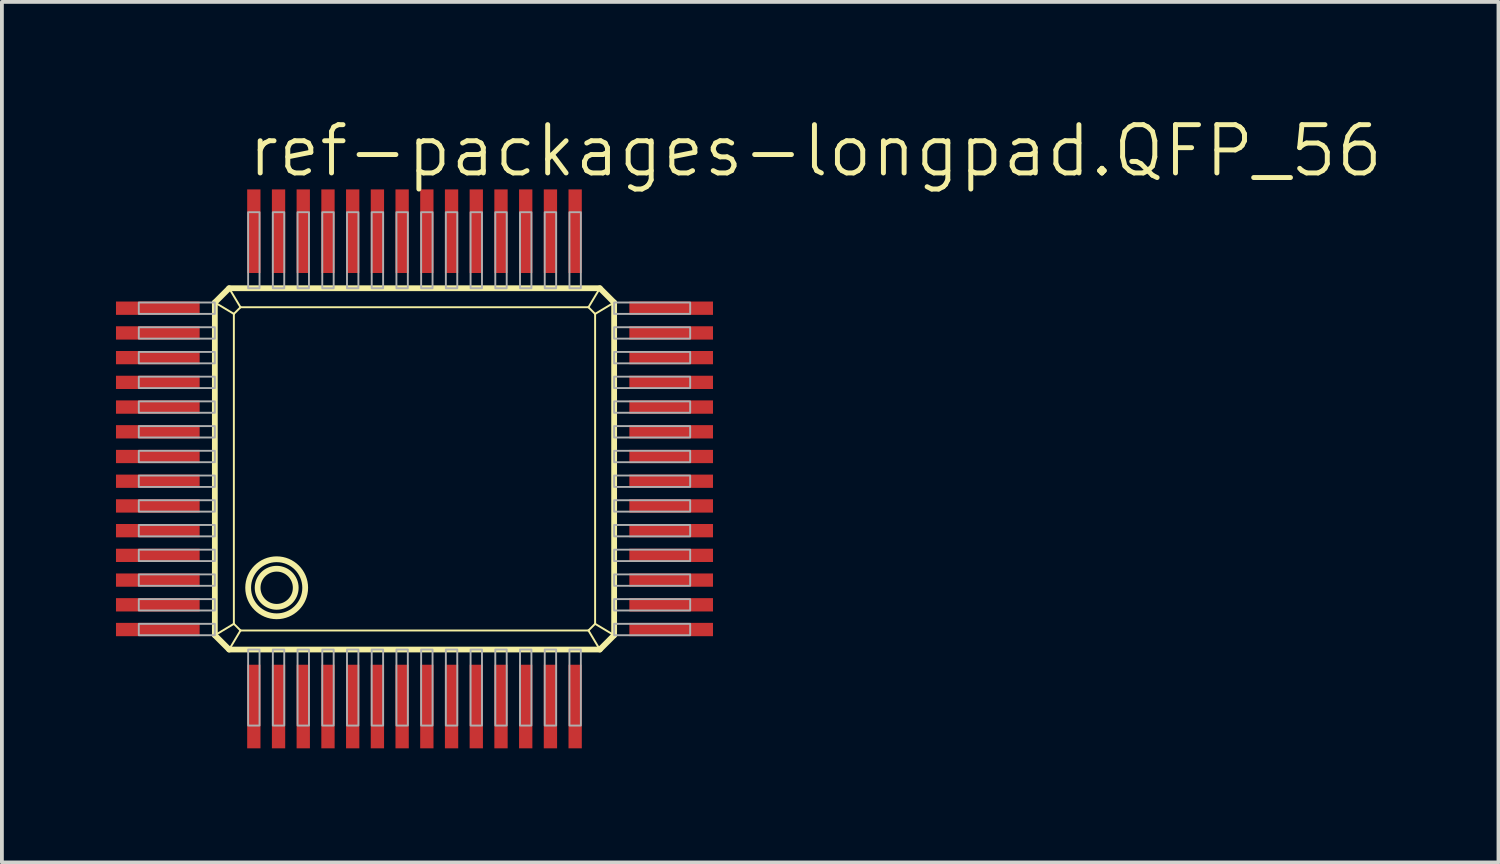
<source format=kicad_pcb>
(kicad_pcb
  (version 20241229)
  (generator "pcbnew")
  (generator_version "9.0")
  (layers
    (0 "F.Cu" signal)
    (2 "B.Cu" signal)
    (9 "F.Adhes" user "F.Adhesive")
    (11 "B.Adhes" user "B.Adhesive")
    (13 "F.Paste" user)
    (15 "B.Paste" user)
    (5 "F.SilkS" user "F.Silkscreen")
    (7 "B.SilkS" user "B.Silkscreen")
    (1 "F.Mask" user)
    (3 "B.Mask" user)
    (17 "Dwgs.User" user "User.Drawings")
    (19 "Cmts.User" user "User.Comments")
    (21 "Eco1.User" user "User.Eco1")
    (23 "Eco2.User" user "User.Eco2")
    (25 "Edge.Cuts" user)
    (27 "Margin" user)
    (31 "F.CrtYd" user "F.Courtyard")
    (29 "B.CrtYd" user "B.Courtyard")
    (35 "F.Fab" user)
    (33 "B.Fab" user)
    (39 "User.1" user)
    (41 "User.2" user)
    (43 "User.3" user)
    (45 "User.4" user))
  (footprint "ref-packages-longpad.QFP_56"
    (layer "F.Cu")
    (at 7.85 9.28)
    (property "Reference" "ref-packages-longpad.QFP_56" (at -4.445 -7.62 0) (layer "F.SilkS") (effects (font (size 1.27 1.27) (thickness 0.13)) (justify left bottom)))
    (attr smd)
    (fp_line (start -5.25 -4.375) (end -4.875 -4.75) (stroke (width 0.152) (type default)) (layer "F.SilkS"))
    (fp_line (start -5.25 -4.375) (end -4.75 -4.075) (stroke (width 0.051) (type default)) (layer "F.SilkS"))
    (fp_line (start -5.25 4.375) (end -5.25 -4.375) (stroke (width 0.152) (type default)) (layer "F.SilkS"))
    (fp_line (start -5.25 4.375) (end -4.75 4.075) (stroke (width 0.051) (type default)) (layer "F.SilkS"))
    (fp_line (start -4.875 -4.75) (end -4.575 -4.25) (stroke (width 0.051) (type default)) (layer "F.SilkS"))
    (fp_line (start -4.875 -4.75) (end 4.875 -4.75) (stroke (width 0.152) (type default)) (layer "F.SilkS"))
    (fp_line (start -4.874 4.751) (end -5.25 4.375) (stroke (width 0.152) (type default)) (layer "F.SilkS"))
    (fp_line (start -4.874 4.751) (end -4.575 4.25) (stroke (width 0.051) (type default)) (layer "F.SilkS"))
    (fp_line (start -4.75 -4.075) (end -4.575 -4.25) (stroke (width 0.051) (type default)) (layer "F.SilkS"))
    (fp_line (start -4.75 4.075) (end -4.75 -4.075) (stroke (width 0.051) (type default)) (layer "F.SilkS"))
    (fp_line (start -4.575 -4.25) (end 4.575 -4.25) (stroke (width 0.051) (type default)) (layer "F.SilkS"))
    (fp_line (start -4.575 4.25) (end -4.75 4.075) (stroke (width 0.051) (type default)) (layer "F.SilkS"))
    (fp_line (start 4.575 -4.25) (end 4.75 -4.075) (stroke (width 0.051) (type default)) (layer "F.SilkS"))
    (fp_line (start 4.575 4.25) (end -4.575 4.25) (stroke (width 0.051) (type default)) (layer "F.SilkS"))
    (fp_line (start 4.75 -4.075) (end 4.75 4.075) (stroke (width 0.051) (type default)) (layer "F.SilkS"))
    (fp_line (start 4.75 4.075) (end 4.575 4.25) (stroke (width 0.051) (type default)) (layer "F.SilkS"))
    (fp_line (start 4.874 4.751) (end -4.874 4.751) (stroke (width 0.152) (type default)) (layer "F.SilkS"))
    (fp_line (start 4.874 4.751) (end 4.575 4.25) (stroke (width 0.051) (type default)) (layer "F.SilkS"))
    (fp_line (start 4.875 -4.75) (end 4.575 -4.25) (stroke (width 0.051) (type default)) (layer "F.SilkS"))
    (fp_line (start 4.875 -4.75) (end 5.25 -4.375) (stroke (width 0.152) (type default)) (layer "F.SilkS"))
    (fp_line (start 5.25 -4.375) (end 4.75 -4.075) (stroke (width 0.051) (type default)) (layer "F.SilkS"))
    (fp_line (start 5.25 -4.375) (end 5.25 4.375) (stroke (width 0.152) (type default)) (layer "F.SilkS"))
    (fp_line (start 5.25 4.375) (end 4.75 4.075) (stroke (width 0.051) (type default)) (layer "F.SilkS"))
    (fp_line (start 5.25 4.375) (end 4.874 4.751) (stroke (width 0.152) (type default)) (layer "F.SilkS"))
    (fp_circle (center -3.624 3.127) (end -3.123 3.127) (stroke (width 0.152) (type default)) (fill no) (layer "F.SilkS"))
    (fp_circle (center -3.624 3.127) (end -2.874 3.127) (stroke (width 0.152) (type default)) (fill no) (layer "F.SilkS"))
    (fp_rect (start -7.25 -4.075) (end -5.25 -4.375) (stroke (width 0.05) (type default)) (fill no) (layer "F.Fab"))
    (fp_rect (start -7.25 -3.425) (end -5.25 -3.725) (stroke (width 0.05) (type default)) (fill no) (layer "F.Fab"))
    (fp_rect (start -7.25 -2.775) (end -5.25 -3.075) (stroke (width 0.05) (type default)) (fill no) (layer "F.Fab"))
    (fp_rect (start -7.25 -2.125) (end -5.25 -2.425) (stroke (width 0.05) (type default)) (fill no) (layer "F.Fab"))
    (fp_rect (start -7.25 -1.475) (end -5.25 -1.775) (stroke (width 0.05) (type default)) (fill no) (layer "F.Fab"))
    (fp_rect (start -7.25 -0.825) (end -5.25 -1.125) (stroke (width 0.05) (type default)) (fill no) (layer "F.Fab"))
    (fp_rect (start -7.25 -0.175) (end -5.25 -0.475) (stroke (width 0.05) (type default)) (fill no) (layer "F.Fab"))
    (fp_rect (start -7.25 0.475) (end -5.25 0.175) (stroke (width 0.05) (type default)) (fill no) (layer "F.Fab"))
    (fp_rect (start -7.25 1.125) (end -5.25 0.825) (stroke (width 0.05) (type default)) (fill no) (layer "F.Fab"))
    (fp_rect (start -7.25 1.775) (end -5.25 1.475) (stroke (width 0.05) (type default)) (fill no) (layer "F.Fab"))
    (fp_rect (start -7.25 2.425) (end -5.25 2.125) (stroke (width 0.05) (type default)) (fill no) (layer "F.Fab"))
    (fp_rect (start -7.25 3.075) (end -5.25 2.775) (stroke (width 0.05) (type default)) (fill no) (layer "F.Fab"))
    (fp_rect (start -7.25 3.725) (end -5.25 3.425) (stroke (width 0.05) (type default)) (fill no) (layer "F.Fab"))
    (fp_rect (start -7.25 4.375) (end -5.25 4.075) (stroke (width 0.05) (type default)) (fill no) (layer "F.Fab"))
    (fp_rect (start -4.375 -4.75) (end -4.075 -6.75) (stroke (width 0.05) (type default)) (fill no) (layer "F.Fab"))
    (fp_rect (start -4.375 6.751) (end -4.075 4.751) (stroke (width 0.05) (type default)) (fill no) (layer "F.Fab"))
    (fp_rect (start -3.725 -4.75) (end -3.425 -6.75) (stroke (width 0.05) (type default)) (fill no) (layer "F.Fab"))
    (fp_rect (start -3.725 6.751) (end -3.425 4.751) (stroke (width 0.05) (type default)) (fill no) (layer "F.Fab"))
    (fp_rect (start -3.075 -4.75) (end -2.775 -6.75) (stroke (width 0.05) (type default)) (fill no) (layer "F.Fab"))
    (fp_rect (start -3.075 6.751) (end -2.775 4.751) (stroke (width 0.05) (type default)) (fill no) (layer "F.Fab"))
    (fp_rect (start -2.425 -4.75) (end -2.125 -6.75) (stroke (width 0.05) (type default)) (fill no) (layer "F.Fab"))
    (fp_rect (start -2.425 6.751) (end -2.125 4.751) (stroke (width 0.05) (type default)) (fill no) (layer "F.Fab"))
    (fp_rect (start -1.775 -4.75) (end -1.475 -6.75) (stroke (width 0.05) (type default)) (fill no) (layer "F.Fab"))
    (fp_rect (start -1.775 6.751) (end -1.475 4.751) (stroke (width 0.05) (type default)) (fill no) (layer "F.Fab"))
    (fp_rect (start -1.125 -4.75) (end -0.825 -6.75) (stroke (width 0.05) (type default)) (fill no) (layer "F.Fab"))
    (fp_rect (start -1.125 6.751) (end -0.825 4.751) (stroke (width 0.05) (type default)) (fill no) (layer "F.Fab"))
    (fp_rect (start -0.475 -4.75) (end -0.175 -6.75) (stroke (width 0.05) (type default)) (fill no) (layer "F.Fab"))
    (fp_rect (start -0.475 6.751) (end -0.175 4.751) (stroke (width 0.05) (type default)) (fill no) (layer "F.Fab"))
    (fp_rect (start 0.175 -4.75) (end 0.475 -6.75) (stroke (width 0.05) (type default)) (fill no) (layer "F.Fab"))
    (fp_rect (start 0.175 6.751) (end 0.475 4.751) (stroke (width 0.05) (type default)) (fill no) (layer "F.Fab"))
    (fp_rect (start 0.825 -4.75) (end 1.125 -6.75) (stroke (width 0.05) (type default)) (fill no) (layer "F.Fab"))
    (fp_rect (start 0.825 6.751) (end 1.125 4.751) (stroke (width 0.05) (type default)) (fill no) (layer "F.Fab"))
    (fp_rect (start 1.475 -4.75) (end 1.775 -6.75) (stroke (width 0.05) (type default)) (fill no) (layer "F.Fab"))
    (fp_rect (start 1.475 6.751) (end 1.775 4.751) (stroke (width 0.05) (type default)) (fill no) (layer "F.Fab"))
    (fp_rect (start 2.125 -4.75) (end 2.425 -6.75) (stroke (width 0.05) (type default)) (fill no) (layer "F.Fab"))
    (fp_rect (start 2.125 6.751) (end 2.425 4.751) (stroke (width 0.05) (type default)) (fill no) (layer "F.Fab"))
    (fp_rect (start 2.775 -4.75) (end 3.075 -6.75) (stroke (width 0.05) (type default)) (fill no) (layer "F.Fab"))
    (fp_rect (start 2.775 6.751) (end 3.075 4.751) (stroke (width 0.05) (type default)) (fill no) (layer "F.Fab"))
    (fp_rect (start 3.425 -4.75) (end 3.725 -6.75) (stroke (width 0.05) (type default)) (fill no) (layer "F.Fab"))
    (fp_rect (start 3.425 6.751) (end 3.725 4.751) (stroke (width 0.05) (type default)) (fill no) (layer "F.Fab"))
    (fp_rect (start 4.075 -4.75) (end 4.375 -6.75) (stroke (width 0.05) (type default)) (fill no) (layer "F.Fab"))
    (fp_rect (start 4.075 6.751) (end 4.375 4.751) (stroke (width 0.05) (type default)) (fill no) (layer "F.Fab"))
    (fp_rect (start 5.25 -4.075) (end 7.25 -4.375) (stroke (width 0.05) (type default)) (fill no) (layer "F.Fab"))
    (fp_rect (start 5.25 -3.425) (end 7.25 -3.725) (stroke (width 0.05) (type default)) (fill no) (layer "F.Fab"))
    (fp_rect (start 5.25 -2.775) (end 7.25 -3.075) (stroke (width 0.05) (type default)) (fill no) (layer "F.Fab"))
    (fp_rect (start 5.25 -2.125) (end 7.25 -2.425) (stroke (width 0.05) (type default)) (fill no) (layer "F.Fab"))
    (fp_rect (start 5.25 -1.475) (end 7.25 -1.775) (stroke (width 0.05) (type default)) (fill no) (layer "F.Fab"))
    (fp_rect (start 5.25 -0.825) (end 7.25 -1.125) (stroke (width 0.05) (type default)) (fill no) (layer "F.Fab"))
    (fp_rect (start 5.25 -0.175) (end 7.25 -0.475) (stroke (width 0.05) (type default)) (fill no) (layer "F.Fab"))
    (fp_rect (start 5.25 0.475) (end 7.25 0.175) (stroke (width 0.05) (type default)) (fill no) (layer "F.Fab"))
    (fp_rect (start 5.25 1.125) (end 7.25 0.825) (stroke (width 0.05) (type default)) (fill no) (layer "F.Fab"))
    (fp_rect (start 5.25 1.775) (end 7.25 1.475) (stroke (width 0.05) (type default)) (fill no) (layer "F.Fab"))
    (fp_rect (start 5.25 2.425) (end 7.25 2.125) (stroke (width 0.05) (type default)) (fill no) (layer "F.Fab"))
    (fp_rect (start 5.25 3.075) (end 7.25 2.775) (stroke (width 0.05) (type default)) (fill no) (layer "F.Fab"))
    (fp_rect (start 5.25 3.725) (end 7.25 3.425) (stroke (width 0.05) (type default)) (fill no) (layer "F.Fab"))
    (fp_rect (start 5.25 4.375) (end 7.25 4.075) (stroke (width 0.05) (type default)) (fill no) (layer "F.Fab"))
    (pad "1" smd roundrect (at -4.225 6.25) (size 0.35 2.2) (layers "F.Cu" "F.Mask" "F.Paste") (roundrect_rratio 0.01))
    (pad "2" smd roundrect (at -3.575 6.25) (size 0.35 2.2) (layers "F.Cu" "F.Mask" "F.Paste") (roundrect_rratio 0.01))
    (pad "3" smd roundrect (at -2.925 6.25) (size 0.35 2.2) (layers "F.Cu" "F.Mask" "F.Paste") (roundrect_rratio 0.01))
    (pad "4" smd roundrect (at -2.275 6.25) (size 0.35 2.2) (layers "F.Cu" "F.Mask" "F.Paste") (roundrect_rratio 0.01))
    (pad "5" smd roundrect (at -1.625 6.25) (size 0.35 2.2) (layers "F.Cu" "F.Mask" "F.Paste") (roundrect_rratio 0.01))
    (pad "6" smd roundrect (at -0.975 6.25) (size 0.35 2.2) (layers "F.Cu" "F.Mask" "F.Paste") (roundrect_rratio 0.01))
    (pad "7" smd roundrect (at -0.325 6.25) (size 0.35 2.2) (layers "F.Cu" "F.Mask" "F.Paste") (roundrect_rratio 0.01))
    (pad "8" smd roundrect (at 0.325 6.25) (size 0.35 2.2) (layers "F.Cu" "F.Mask" "F.Paste") (roundrect_rratio 0.01))
    (pad "9" smd roundrect (at 0.975 6.25) (size 0.35 2.2) (layers "F.Cu" "F.Mask" "F.Paste") (roundrect_rratio 0.01))
    (pad "10" smd roundrect (at 1.625 6.25) (size 0.35 2.2) (layers "F.Cu" "F.Mask" "F.Paste") (roundrect_rratio 0.01))
    (pad "11" smd roundrect (at 2.275 6.25) (size 0.35 2.2) (layers "F.Cu" "F.Mask" "F.Paste") (roundrect_rratio 0.01))
    (pad "12" smd roundrect (at 2.925 6.25) (size 0.35 2.2) (layers "F.Cu" "F.Mask" "F.Paste") (roundrect_rratio 0.01))
    (pad "13" smd roundrect (at 3.575 6.25) (size 0.35 2.2) (layers "F.Cu" "F.Mask" "F.Paste") (roundrect_rratio 0.01))
    (pad "14" smd roundrect (at 4.225 6.25) (size 0.35 2.2) (layers "F.Cu" "F.Mask" "F.Paste") (roundrect_rratio 0.01))
    (pad "15" smd roundrect (at 6.75 4.225) (size 2.2 0.35) (layers "F.Cu" "F.Mask" "F.Paste") (roundrect_rratio 0.01))
    (pad "16" smd roundrect (at 6.75 3.575) (size 2.2 0.35) (layers "F.Cu" "F.Mask" "F.Paste") (roundrect_rratio 0.01))
    (pad "17" smd roundrect (at 6.75 2.925) (size 2.2 0.35) (layers "F.Cu" "F.Mask" "F.Paste") (roundrect_rratio 0.01))
    (pad "18" smd roundrect (at 6.75 2.275) (size 2.2 0.35) (layers "F.Cu" "F.Mask" "F.Paste") (roundrect_rratio 0.01))
    (pad "19" smd roundrect (at 6.75 1.625) (size 2.2 0.35) (layers "F.Cu" "F.Mask" "F.Paste") (roundrect_rratio 0.01))
    (pad "20" smd roundrect (at 6.75 0.975) (size 2.2 0.35) (layers "F.Cu" "F.Mask" "F.Paste") (roundrect_rratio 0.01))
    (pad "21" smd roundrect (at 6.75 0.325) (size 2.2 0.35) (layers "F.Cu" "F.Mask" "F.Paste") (roundrect_rratio 0.01))
    (pad "22" smd roundrect (at 6.75 -0.325) (size 2.2 0.35) (layers "F.Cu" "F.Mask" "F.Paste") (roundrect_rratio 0.01))
    (pad "23" smd roundrect (at 6.75 -0.975) (size 2.2 0.35) (layers "F.Cu" "F.Mask" "F.Paste") (roundrect_rratio 0.01))
    (pad "24" smd roundrect (at 6.75 -1.625) (size 2.2 0.35) (layers "F.Cu" "F.Mask" "F.Paste") (roundrect_rratio 0.01))
    (pad "25" smd roundrect (at 6.75 -2.275) (size 2.2 0.35) (layers "F.Cu" "F.Mask" "F.Paste") (roundrect_rratio 0.01))
    (pad "26" smd roundrect (at 6.75 -2.925) (size 2.2 0.35) (layers "F.Cu" "F.Mask" "F.Paste") (roundrect_rratio 0.01))
    (pad "27" smd roundrect (at 6.75 -3.575) (size 2.2 0.35) (layers "F.Cu" "F.Mask" "F.Paste") (roundrect_rratio 0.01))
    (pad "28" smd roundrect (at 6.75 -4.225) (size 2.2 0.35) (layers "F.Cu" "F.Mask" "F.Paste") (roundrect_rratio 0.01))
    (pad "29" smd roundrect (at 4.225 -6.25) (size 0.35 2.2) (layers "F.Cu" "F.Mask" "F.Paste") (roundrect_rratio 0.01))
    (pad "30" smd roundrect (at 3.575 -6.25) (size 0.35 2.2) (layers "F.Cu" "F.Mask" "F.Paste") (roundrect_rratio 0.01))
    (pad "31" smd roundrect (at 2.925 -6.25) (size 0.35 2.2) (layers "F.Cu" "F.Mask" "F.Paste") (roundrect_rratio 0.01))
    (pad "32" smd roundrect (at 2.275 -6.25) (size 0.35 2.2) (layers "F.Cu" "F.Mask" "F.Paste") (roundrect_rratio 0.01))
    (pad "33" smd roundrect (at 1.625 -6.25) (size 0.35 2.2) (layers "F.Cu" "F.Mask" "F.Paste") (roundrect_rratio 0.01))
    (pad "34" smd roundrect (at 0.975 -6.25) (size 0.35 2.2) (layers "F.Cu" "F.Mask" "F.Paste") (roundrect_rratio 0.01))
    (pad "35" smd roundrect (at 0.325 -6.25) (size 0.35 2.2) (layers "F.Cu" "F.Mask" "F.Paste") (roundrect_rratio 0.01))
    (pad "36" smd roundrect (at -0.325 -6.25) (size 0.35 2.2) (layers "F.Cu" "F.Mask" "F.Paste") (roundrect_rratio 0.01))
    (pad "37" smd roundrect (at -0.975 -6.25) (size 0.35 2.2) (layers "F.Cu" "F.Mask" "F.Paste") (roundrect_rratio 0.01))
    (pad "38" smd roundrect (at -1.625 -6.25) (size 0.35 2.2) (layers "F.Cu" "F.Mask" "F.Paste") (roundrect_rratio 0.01))
    (pad "39" smd roundrect (at -2.275 -6.25) (size 0.35 2.2) (layers "F.Cu" "F.Mask" "F.Paste") (roundrect_rratio 0.01))
    (pad "40" smd roundrect (at -2.925 -6.25) (size 0.35 2.2) (layers "F.Cu" "F.Mask" "F.Paste") (roundrect_rratio 0.01))
    (pad "41" smd roundrect (at -3.575 -6.25) (size 0.35 2.2) (layers "F.Cu" "F.Mask" "F.Paste") (roundrect_rratio 0.01))
    (pad "42" smd roundrect (at -4.225 -6.25) (size 0.35 2.2) (layers "F.Cu" "F.Mask" "F.Paste") (roundrect_rratio 0.01))
    (pad "43" smd roundrect (at -6.75 -4.225) (size 2.2 0.35) (layers "F.Cu" "F.Mask" "F.Paste") (roundrect_rratio 0.01))
    (pad "44" smd roundrect (at -6.75 -3.575) (size 2.2 0.35) (layers "F.Cu" "F.Mask" "F.Paste") (roundrect_rratio 0.01))
    (pad "45" smd roundrect (at -6.75 -2.925) (size 2.2 0.35) (layers "F.Cu" "F.Mask" "F.Paste") (roundrect_rratio 0.01))
    (pad "46" smd roundrect (at -6.75 -2.275) (size 2.2 0.35) (layers "F.Cu" "F.Mask" "F.Paste") (roundrect_rratio 0.01))
    (pad "47" smd roundrect (at -6.75 -1.625) (size 2.2 0.35) (layers "F.Cu" "F.Mask" "F.Paste") (roundrect_rratio 0.01))
    (pad "48" smd roundrect (at -6.75 -0.975) (size 2.2 0.35) (layers "F.Cu" "F.Mask" "F.Paste") (roundrect_rratio 0.01))
    (pad "49" smd roundrect (at -6.75 -0.325) (size 2.2 0.35) (layers "F.Cu" "F.Mask" "F.Paste") (roundrect_rratio 0.01))
    (pad "50" smd roundrect (at -6.75 0.325) (size 2.2 0.35) (layers "F.Cu" "F.Mask" "F.Paste") (roundrect_rratio 0.01))
    (pad "51" smd roundrect (at -6.75 0.975) (size 2.2 0.35) (layers "F.Cu" "F.Mask" "F.Paste") (roundrect_rratio 0.01))
    (pad "52" smd roundrect (at -6.75 1.625) (size 2.2 0.35) (layers "F.Cu" "F.Mask" "F.Paste") (roundrect_rratio 0.01))
    (pad "53" smd roundrect (at -6.75 2.275) (size 2.2 0.35) (layers "F.Cu" "F.Mask" "F.Paste") (roundrect_rratio 0.01))
    (pad "54" smd roundrect (at -6.75 2.925) (size 2.2 0.35) (layers "F.Cu" "F.Mask" "F.Paste") (roundrect_rratio 0.01))
    (pad "55" smd roundrect (at -6.75 3.575) (size 2.2 0.35) (layers "F.Cu" "F.Mask" "F.Paste") (roundrect_rratio 0.01))
    (pad "56" smd roundrect (at -6.75 4.225) (size 2.2 0.35) (layers "F.Cu" "F.Mask" "F.Paste") (roundrect_rratio 0.01)))
  (gr_rect
    (start -3 -3)
    (end 36.356 19.63)
    (stroke (width 0.1) (type default))
    (fill no)
    (layer "Edge.Cuts")))
</source>
